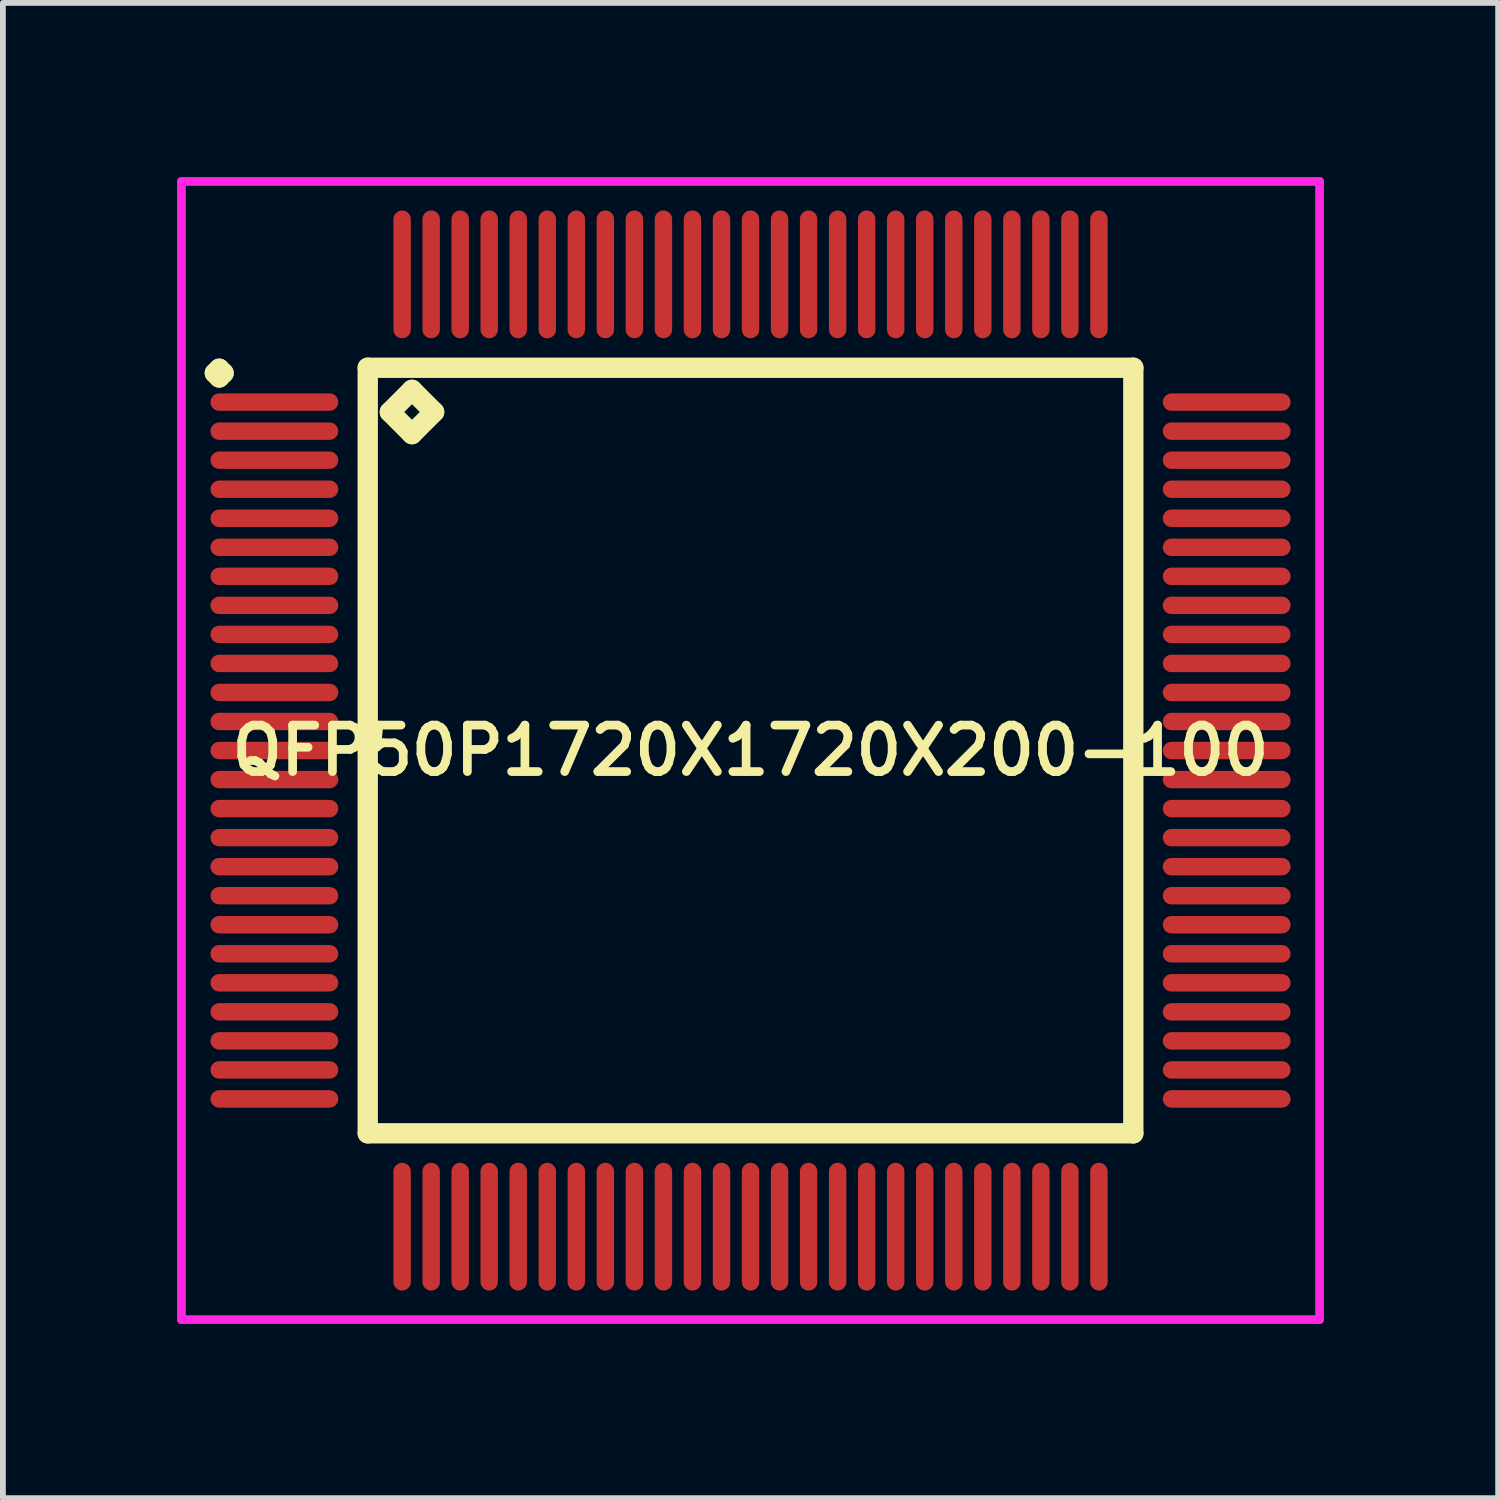
<source format=kicad_pcb>
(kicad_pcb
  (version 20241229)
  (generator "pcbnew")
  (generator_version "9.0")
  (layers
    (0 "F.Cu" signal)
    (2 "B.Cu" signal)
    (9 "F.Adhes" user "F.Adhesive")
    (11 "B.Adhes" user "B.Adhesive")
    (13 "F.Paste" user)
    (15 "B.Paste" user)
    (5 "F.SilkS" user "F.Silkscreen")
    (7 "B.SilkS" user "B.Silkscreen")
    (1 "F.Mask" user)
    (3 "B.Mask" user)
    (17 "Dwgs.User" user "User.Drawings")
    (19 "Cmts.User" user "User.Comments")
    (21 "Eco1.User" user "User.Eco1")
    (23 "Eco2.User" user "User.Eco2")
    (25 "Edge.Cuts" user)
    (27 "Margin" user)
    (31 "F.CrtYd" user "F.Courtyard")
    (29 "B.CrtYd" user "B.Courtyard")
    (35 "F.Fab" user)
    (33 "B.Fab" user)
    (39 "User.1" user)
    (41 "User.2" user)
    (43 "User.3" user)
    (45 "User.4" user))
  (footprint "QFP50P1720X1720X200-100"
    (layer "F.Cu")
    (at 9.875 9.875)
    (property "Reference" "QFP50P1720X1720X200-100" (at 0 0 0) (layer "F.SilkS") (effects (font (size 0.8 0.8) (thickness 0.15))))
    (attr smd)
    (fp_line (start -9.225 -6.5) (end -9.15 -6.575) (stroke (width 0.35) (type solid)) (layer "F.SilkS"))
    (fp_line (start -9.15 -6.575) (end -9.075 -6.5) (stroke (width 0.35) (type solid)) (layer "F.SilkS"))
    (fp_line (start -9.15 -6.425) (end -9.225 -6.5) (stroke (width 0.35) (type solid)) (layer "F.SilkS"))
    (fp_line (start -9.075 -6.5) (end -9.15 -6.425) (stroke (width 0.35) (type solid)) (layer "F.SilkS"))
    (fp_line (start -6.592 -6.592) (end -6.592 6.592) (stroke (width 0.35) (type solid)) (layer "F.SilkS"))
    (fp_line (start -6.592 6.592) (end 6.592 6.592) (stroke (width 0.35) (type solid)) (layer "F.SilkS"))
    (fp_line (start -6.211 -5.83) (end -5.83 -6.211) (stroke (width 0.35) (type solid)) (layer "F.SilkS"))
    (fp_line (start -5.83 -6.211) (end -5.449 -5.83) (stroke (width 0.35) (type solid)) (layer "F.SilkS"))
    (fp_line (start -5.83 -5.449) (end -6.211 -5.83) (stroke (width 0.35) (type solid)) (layer "F.SilkS"))
    (fp_line (start -5.449 -5.83) (end -5.83 -5.449) (stroke (width 0.35) (type solid)) (layer "F.SilkS"))
    (fp_line (start 6.592 -6.592) (end -6.592 -6.592) (stroke (width 0.35) (type solid)) (layer "F.SilkS"))
    (fp_line (start 6.592 6.592) (end 6.592 -6.592) (stroke (width 0.35) (type solid)) (layer "F.SilkS"))
    (fp_line (start -9.8 -9.8) (end 9.8 -9.8) (stroke (width 0.15) (type solid)) (layer "F.CrtYd"))
    (fp_line (start -9.8 9.8) (end -9.8 -9.8) (stroke (width 0.15) (type solid)) (layer "F.CrtYd"))
    (fp_line (start 9.8 -9.8) (end 9.8 9.8) (stroke (width 0.15) (type solid)) (layer "F.CrtYd"))
    (fp_line (start 9.8 9.8) (end -9.8 9.8) (stroke (width 0.15) (type solid)) (layer "F.CrtYd"))
    (pad "1" smd oval (at -8.2 -6) (size 2.2 0.3) (layers "F.Cu" "F.Mask" "F.Paste"))
    (pad "2" smd oval (at -8.2 -5.5) (size 2.2 0.3) (layers "F.Cu" "F.Mask" "F.Paste"))
    (pad "3" smd oval (at -8.2 -5) (size 2.2 0.3) (layers "F.Cu" "F.Mask" "F.Paste"))
    (pad "4" smd oval (at -8.2 -4.5) (size 2.2 0.3) (layers "F.Cu" "F.Mask" "F.Paste"))
    (pad "5" smd oval (at -8.2 -4) (size 2.2 0.3) (layers "F.Cu" "F.Mask" "F.Paste"))
    (pad "6" smd oval (at -8.2 -3.5) (size 2.2 0.3) (layers "F.Cu" "F.Mask" "F.Paste"))
    (pad "7" smd oval (at -8.2 -3) (size 2.2 0.3) (layers "F.Cu" "F.Mask" "F.Paste"))
    (pad "8" smd oval (at -8.2 -2.5) (size 2.2 0.3) (layers "F.Cu" "F.Mask" "F.Paste"))
    (pad "9" smd oval (at -8.2 -2) (size 2.2 0.3) (layers "F.Cu" "F.Mask" "F.Paste"))
    (pad "10" smd oval (at -8.2 -1.5) (size 2.2 0.3) (layers "F.Cu" "F.Mask" "F.Paste"))
    (pad "11" smd oval (at -8.2 -1) (size 2.2 0.3) (layers "F.Cu" "F.Mask" "F.Paste"))
    (pad "12" smd oval (at -8.2 -0.5) (size 2.2 0.3) (layers "F.Cu" "F.Mask" "F.Paste"))
    (pad "13" smd oval (at -8.2 0) (size 2.2 0.3) (layers "F.Cu" "F.Mask" "F.Paste"))
    (pad "14" smd oval (at -8.2 0.5) (size 2.2 0.3) (layers "F.Cu" "F.Mask" "F.Paste"))
    (pad "15" smd oval (at -8.2 1) (size 2.2 0.3) (layers "F.Cu" "F.Mask" "F.Paste"))
    (pad "16" smd oval (at -8.2 1.5) (size 2.2 0.3) (layers "F.Cu" "F.Mask" "F.Paste"))
    (pad "17" smd oval (at -8.2 2) (size 2.2 0.3) (layers "F.Cu" "F.Mask" "F.Paste"))
    (pad "18" smd oval (at -8.2 2.5) (size 2.2 0.3) (layers "F.Cu" "F.Mask" "F.Paste"))
    (pad "19" smd oval (at -8.2 3) (size 2.2 0.3) (layers "F.Cu" "F.Mask" "F.Paste"))
    (pad "20" smd oval (at -8.2 3.5) (size 2.2 0.3) (layers "F.Cu" "F.Mask" "F.Paste"))
    (pad "21" smd oval (at -8.2 4) (size 2.2 0.3) (layers "F.Cu" "F.Mask" "F.Paste"))
    (pad "22" smd oval (at -8.2 4.5) (size 2.2 0.3) (layers "F.Cu" "F.Mask" "F.Paste"))
    (pad "23" smd oval (at -8.2 5) (size 2.2 0.3) (layers "F.Cu" "F.Mask" "F.Paste"))
    (pad "24" smd oval (at -8.2 5.5) (size 2.2 0.3) (layers "F.Cu" "F.Mask" "F.Paste"))
    (pad "25" smd oval (at -8.2 6) (size 2.2 0.3) (layers "F.Cu" "F.Mask" "F.Paste"))
    (pad "26" smd oval (at -6 8.2) (size 0.3 2.2) (layers "F.Cu" "F.Mask" "F.Paste"))
    (pad "27" smd oval (at -5.5 8.2) (size 0.3 2.2) (layers "F.Cu" "F.Mask" "F.Paste"))
    (pad "28" smd oval (at -5 8.2) (size 0.3 2.2) (layers "F.Cu" "F.Mask" "F.Paste"))
    (pad "29" smd oval (at -4.5 8.2) (size 0.3 2.2) (layers "F.Cu" "F.Mask" "F.Paste"))
    (pad "30" smd oval (at -4 8.2) (size 0.3 2.2) (layers "F.Cu" "F.Mask" "F.Paste"))
    (pad "31" smd oval (at -3.5 8.2) (size 0.3 2.2) (layers "F.Cu" "F.Mask" "F.Paste"))
    (pad "32" smd oval (at -3 8.2) (size 0.3 2.2) (layers "F.Cu" "F.Mask" "F.Paste"))
    (pad "33" smd oval (at -2.5 8.2) (size 0.3 2.2) (layers "F.Cu" "F.Mask" "F.Paste"))
    (pad "34" smd oval (at -2 8.2) (size 0.3 2.2) (layers "F.Cu" "F.Mask" "F.Paste"))
    (pad "35" smd oval (at -1.5 8.2) (size 0.3 2.2) (layers "F.Cu" "F.Mask" "F.Paste"))
    (pad "36" smd oval (at -1 8.2) (size 0.3 2.2) (layers "F.Cu" "F.Mask" "F.Paste"))
    (pad "37" smd oval (at -0.5 8.2) (size 0.3 2.2) (layers "F.Cu" "F.Mask" "F.Paste"))
    (pad "38" smd oval (at 0 8.2) (size 0.3 2.2) (layers "F.Cu" "F.Mask" "F.Paste"))
    (pad "39" smd oval (at 0.5 8.2) (size 0.3 2.2) (layers "F.Cu" "F.Mask" "F.Paste"))
    (pad "40" smd oval (at 1 8.2) (size 0.3 2.2) (layers "F.Cu" "F.Mask" "F.Paste"))
    (pad "41" smd oval (at 1.5 8.2) (size 0.3 2.2) (layers "F.Cu" "F.Mask" "F.Paste"))
    (pad "42" smd oval (at 2 8.2) (size 0.3 2.2) (layers "F.Cu" "F.Mask" "F.Paste"))
    (pad "43" smd oval (at 2.5 8.2) (size 0.3 2.2) (layers "F.Cu" "F.Mask" "F.Paste"))
    (pad "44" smd oval (at 3 8.2) (size 0.3 2.2) (layers "F.Cu" "F.Mask" "F.Paste"))
    (pad "45" smd oval (at 3.5 8.2) (size 0.3 2.2) (layers "F.Cu" "F.Mask" "F.Paste"))
    (pad "46" smd oval (at 4 8.2) (size 0.3 2.2) (layers "F.Cu" "F.Mask" "F.Paste"))
    (pad "47" smd oval (at 4.5 8.2) (size 0.3 2.2) (layers "F.Cu" "F.Mask" "F.Paste"))
    (pad "48" smd oval (at 5 8.2) (size 0.3 2.2) (layers "F.Cu" "F.Mask" "F.Paste"))
    (pad "49" smd oval (at 5.5 8.2) (size 0.3 2.2) (layers "F.Cu" "F.Mask" "F.Paste"))
    (pad "50" smd oval (at 6 8.2) (size 0.3 2.2) (layers "F.Cu" "F.Mask" "F.Paste"))
    (pad "51" smd oval (at 8.2 6) (size 2.2 0.3) (layers "F.Cu" "F.Mask" "F.Paste"))
    (pad "52" smd oval (at 8.2 5.5) (size 2.2 0.3) (layers "F.Cu" "F.Mask" "F.Paste"))
    (pad "53" smd oval (at 8.2 5) (size 2.2 0.3) (layers "F.Cu" "F.Mask" "F.Paste"))
    (pad "54" smd oval (at 8.2 4.5) (size 2.2 0.3) (layers "F.Cu" "F.Mask" "F.Paste"))
    (pad "55" smd oval (at 8.2 4) (size 2.2 0.3) (layers "F.Cu" "F.Mask" "F.Paste"))
    (pad "56" smd oval (at 8.2 3.5) (size 2.2 0.3) (layers "F.Cu" "F.Mask" "F.Paste"))
    (pad "57" smd oval (at 8.2 3) (size 2.2 0.3) (layers "F.Cu" "F.Mask" "F.Paste"))
    (pad "58" smd oval (at 8.2 2.5) (size 2.2 0.3) (layers "F.Cu" "F.Mask" "F.Paste"))
    (pad "59" smd oval (at 8.2 2) (size 2.2 0.3) (layers "F.Cu" "F.Mask" "F.Paste"))
    (pad "60" smd oval (at 8.2 1.5) (size 2.2 0.3) (layers "F.Cu" "F.Mask" "F.Paste"))
    (pad "61" smd oval (at 8.2 1) (size 2.2 0.3) (layers "F.Cu" "F.Mask" "F.Paste"))
    (pad "62" smd oval (at 8.2 0.5) (size 2.2 0.3) (layers "F.Cu" "F.Mask" "F.Paste"))
    (pad "63" smd oval (at 8.2 0) (size 2.2 0.3) (layers "F.Cu" "F.Mask" "F.Paste"))
    (pad "64" smd oval (at 8.2 -0.5) (size 2.2 0.3) (layers "F.Cu" "F.Mask" "F.Paste"))
    (pad "65" smd oval (at 8.2 -1) (size 2.2 0.3) (layers "F.Cu" "F.Mask" "F.Paste"))
    (pad "66" smd oval (at 8.2 -1.5) (size 2.2 0.3) (layers "F.Cu" "F.Mask" "F.Paste"))
    (pad "67" smd oval (at 8.2 -2) (size 2.2 0.3) (layers "F.Cu" "F.Mask" "F.Paste"))
    (pad "68" smd oval (at 8.2 -2.5) (size 2.2 0.3) (layers "F.Cu" "F.Mask" "F.Paste"))
    (pad "69" smd oval (at 8.2 -3) (size 2.2 0.3) (layers "F.Cu" "F.Mask" "F.Paste"))
    (pad "70" smd oval (at 8.2 -3.5) (size 2.2 0.3) (layers "F.Cu" "F.Mask" "F.Paste"))
    (pad "71" smd oval (at 8.2 -4) (size 2.2 0.3) (layers "F.Cu" "F.Mask" "F.Paste"))
    (pad "72" smd oval (at 8.2 -4.5) (size 2.2 0.3) (layers "F.Cu" "F.Mask" "F.Paste"))
    (pad "73" smd oval (at 8.2 -5) (size 2.2 0.3) (layers "F.Cu" "F.Mask" "F.Paste"))
    (pad "74" smd oval (at 8.2 -5.5) (size 2.2 0.3) (layers "F.Cu" "F.Mask" "F.Paste"))
    (pad "75" smd oval (at 8.2 -6) (size 2.2 0.3) (layers "F.Cu" "F.Mask" "F.Paste"))
    (pad "76" smd oval (at 6 -8.2) (size 0.3 2.2) (layers "F.Cu" "F.Mask" "F.Paste"))
    (pad "77" smd oval (at 5.5 -8.2) (size 0.3 2.2) (layers "F.Cu" "F.Mask" "F.Paste"))
    (pad "78" smd oval (at 5 -8.2) (size 0.3 2.2) (layers "F.Cu" "F.Mask" "F.Paste"))
    (pad "79" smd oval (at 4.5 -8.2) (size 0.3 2.2) (layers "F.Cu" "F.Mask" "F.Paste"))
    (pad "80" smd oval (at 4 -8.2) (size 0.3 2.2) (layers "F.Cu" "F.Mask" "F.Paste"))
    (pad "81" smd oval (at 3.5 -8.2) (size 0.3 2.2) (layers "F.Cu" "F.Mask" "F.Paste"))
    (pad "82" smd oval (at 3 -8.2) (size 0.3 2.2) (layers "F.Cu" "F.Mask" "F.Paste"))
    (pad "83" smd oval (at 2.5 -8.2) (size 0.3 2.2) (layers "F.Cu" "F.Mask" "F.Paste"))
    (pad "84" smd oval (at 2 -8.2) (size 0.3 2.2) (layers "F.Cu" "F.Mask" "F.Paste"))
    (pad "85" smd oval (at 1.5 -8.2) (size 0.3 2.2) (layers "F.Cu" "F.Mask" "F.Paste"))
    (pad "86" smd oval (at 1 -8.2) (size 0.3 2.2) (layers "F.Cu" "F.Mask" "F.Paste"))
    (pad "87" smd oval (at 0.5 -8.2) (size 0.3 2.2) (layers "F.Cu" "F.Mask" "F.Paste"))
    (pad "88" smd oval (at 0 -8.2) (size 0.3 2.2) (layers "F.Cu" "F.Mask" "F.Paste"))
    (pad "89" smd oval (at -0.5 -8.2) (size 0.3 2.2) (layers "F.Cu" "F.Mask" "F.Paste"))
    (pad "90" smd oval (at -1 -8.2) (size 0.3 2.2) (layers "F.Cu" "F.Mask" "F.Paste"))
    (pad "91" smd oval (at -1.5 -8.2) (size 0.3 2.2) (layers "F.Cu" "F.Mask" "F.Paste"))
    (pad "92" smd oval (at -2 -8.2) (size 0.3 2.2) (layers "F.Cu" "F.Mask" "F.Paste"))
    (pad "93" smd oval (at -2.5 -8.2) (size 0.3 2.2) (layers "F.Cu" "F.Mask" "F.Paste"))
    (pad "94" smd oval (at -3 -8.2) (size 0.3 2.2) (layers "F.Cu" "F.Mask" "F.Paste"))
    (pad "95" smd oval (at -3.5 -8.2) (size 0.3 2.2) (layers "F.Cu" "F.Mask" "F.Paste"))
    (pad "96" smd oval (at -4 -8.2) (size 0.3 2.2) (layers "F.Cu" "F.Mask" "F.Paste"))
    (pad "97" smd oval (at -4.5 -8.2) (size 0.3 2.2) (layers "F.Cu" "F.Mask" "F.Paste"))
    (pad "98" smd oval (at -5 -8.2) (size 0.3 2.2) (layers "F.Cu" "F.Mask" "F.Paste"))
    (pad "99" smd oval (at -5.5 -8.2) (size 0.3 2.2) (layers "F.Cu" "F.Mask" "F.Paste"))
    (pad "100" smd oval (at -6 -8.2) (size 0.3 2.2) (layers "F.Cu" "F.Mask" "F.Paste")))
  (gr_rect
    (start -3 -3)
    (end 22.75 22.75)
    (stroke (width 0.1) (type default))
    (fill no)
    (layer "Edge.Cuts")))
</source>
